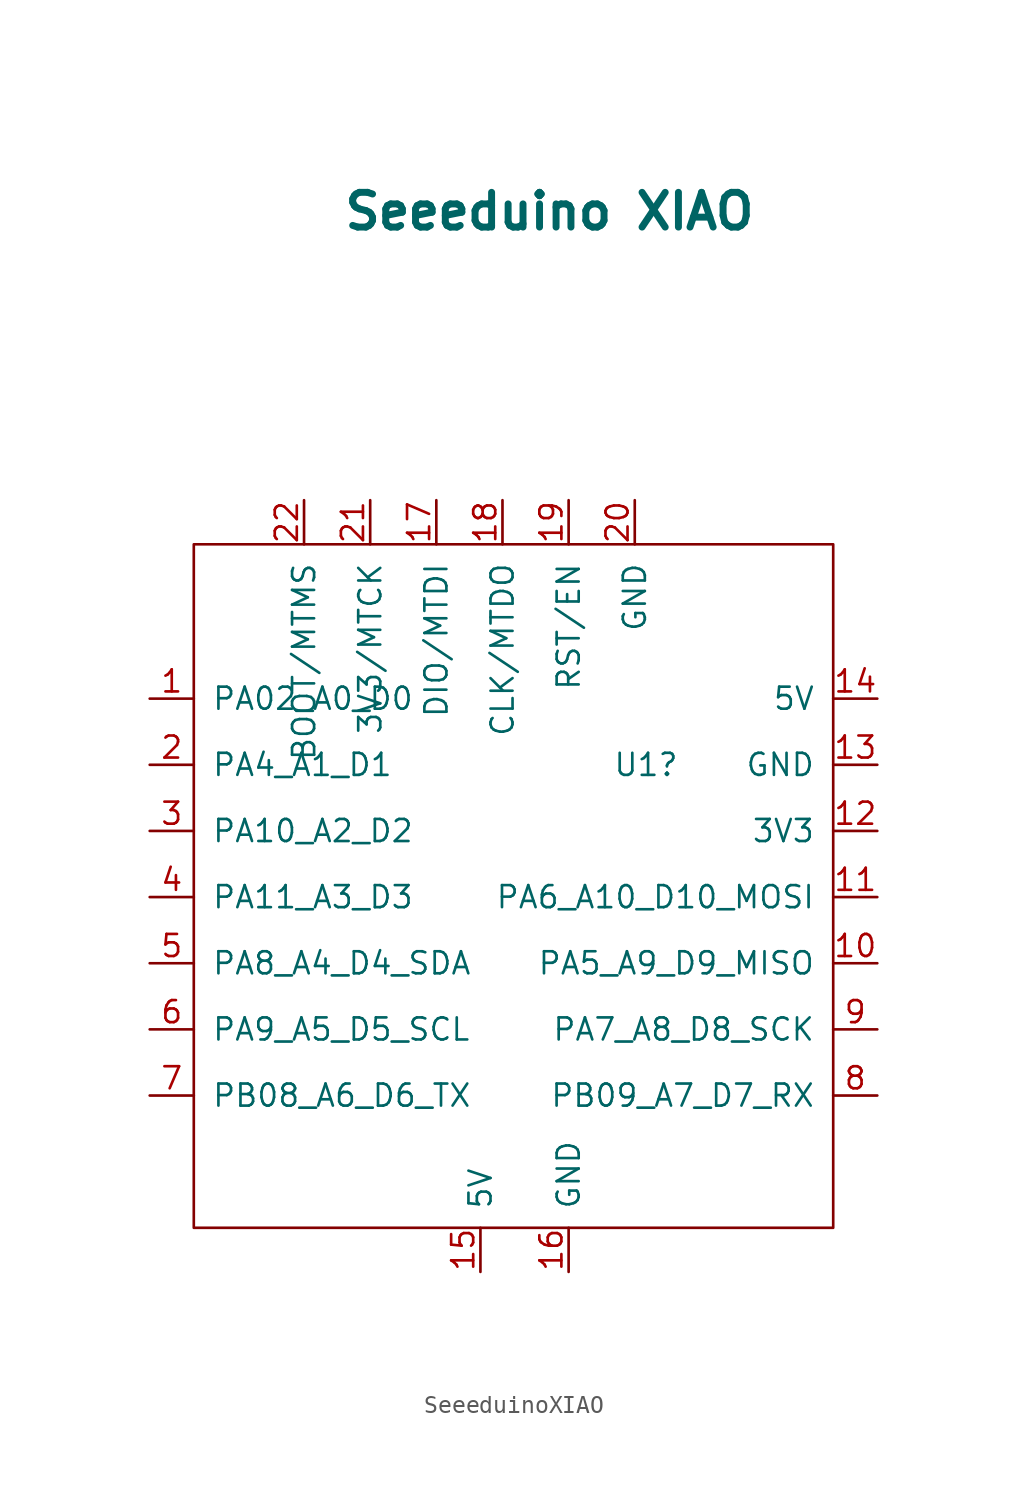
<source format=kicad_sym>
(kicad_symbol_lib
  (version 20241209)
  (generator "kicad_symbol_editor")
  (generator_version "9.0")
  (symbol "SeeeduinoXIAO"
    (pin_names
      (offset 1.016))
    (property "Reference" "U1"
      (at 5.08 7.62 0)
      (effects (font (size 1.27 1.27)) (justify left)))
    (property "Value" "Seeeduino XIAO"
      (at -10.541 39.497 0)
      (effects (font (size 2 2) (bold yes)) (justify left)))
    (symbol "SeeeduinoXIAO_0_1"
      (rectangle (start -19.05 20.32) (end 17.78 -19.05) (stroke (width 0) (type default)) (fill (type none))))
    (symbol "SeeeduinoXIAO_1_1"
      (pin bidirectional line (at -21.59 11.43 0) (length 2.54) (name "PA02_A0_D0" (effects (font (size 1.27 1.27)))) (number "1" (effects (font (size 1.27 1.27)))))
      (pin bidirectional line (at -21.59 7.62 0) (length 2.54) (name "PA4_A1_D1" (effects (font (size 1.27 1.27)))) (number "2" (effects (font (size 1.27 1.27)))))
      (pin bidirectional line (at -21.59 3.81 0) (length 2.54) (name "PA10_A2_D2" (effects (font (size 1.27 1.27)))) (number "3" (effects (font (size 1.27 1.27)))))
      (pin bidirectional line (at -21.59 0 0) (length 2.54) (name "PA11_A3_D3" (effects (font (size 1.27 1.27)))) (number "4" (effects (font (size 1.27 1.27)))))
      (pin bidirectional line (at -21.59 -3.81 0) (length 2.54) (name "PA8_A4_D4_SDA" (effects (font (size 1.27 1.27)))) (number "5" (effects (font (size 1.27 1.27)))))
      (pin bidirectional line (at -21.59 -7.62 0) (length 2.54) (name "PA9_A5_D5_SCL" (effects (font (size 1.27 1.27)))) (number "6" (effects (font (size 1.27 1.27)))))
      (pin bidirectional line (at -21.59 -11.43 0) (length 2.54) (name "PB08_A6_D6_TX" (effects (font (size 1.27 1.27)))) (number "7" (effects (font (size 1.27 1.27)))))
      (pin input line (at -12.7 22.86 270) (length 2.54) (name "BOOT/MTMS" (effects (font (size 1.27 1.27)))) (number "22" (effects (font (size 1.27 1.27)))))
      (pin input line (at -8.89 22.86 270) (length 2.54) (name "3V3/MTCK" (effects (font (size 1.27 1.27)))) (number "21" (effects (font (size 1.27 1.27)))))
      (pin input line (at -5.08 22.86 270) (length 2.54) (name "DIO/MTDI" (effects (font (size 1.27 1.27)))) (number "17" (effects (font (size 1.27 1.27)))))
      (pin input line (at -2.54 -21.59 90) (length 2.54) (name "5V" (effects (font (size 1.27 1.27)))) (number "15" (effects (font (size 1.27 1.27)))))
      (pin input line (at -1.27 22.86 270) (length 2.54) (name "CLK/MTDO" (effects (font (size 1.27 1.27)))) (number "18" (effects (font (size 1.27 1.27)))))
      (pin input line (at 2.54 22.86 270) (length 2.54) (name "RST/EN" (effects (font (size 1.27 1.27)))) (number "19" (effects (font (size 1.27 1.27)))))
      (pin input line (at 2.54 -21.59 90) (length 2.54) (name "GND" (effects (font (size 1.27 1.27)))) (number "16" (effects (font (size 1.27 1.27)))))
      (pin input line (at 6.35 22.86 270) (length 2.54) (name "GND" (effects (font (size 1.27 1.27)))) (number "20" (effects (font (size 1.27 1.27)))))
      (pin power_in line (at 20.32 11.43 180) (length 2.54) (name "5V" (effects (font (size 1.27 1.27)))) (number "14" (effects (font (size 1.27 1.27)))))
      (pin power_in line (at 20.32 7.62 180) (length 2.54) (name "GND" (effects (font (size 1.27 1.27)))) (number "13" (effects (font (size 1.27 1.27)))))
      (pin power_out line (at 20.32 3.81 180) (length 2.54) (name "3V3" (effects (font (size 1.27 1.27)))) (number "12" (effects (font (size 1.27 1.27)))))
      (pin bidirectional line (at 20.32 0 180) (length 2.54) (name "PA6_A10_D10_MOSI" (effects (font (size 1.27 1.27)))) (number "11" (effects (font (size 1.27 1.27)))))
      (pin bidirectional line (at 20.32 -3.81 180) (length 2.54) (name "PA5_A9_D9_MISO" (effects (font (size 1.27 1.27)))) (number "10" (effects (font (size 1.27 1.27)))))
      (pin bidirectional line (at 20.32 -7.62 180) (length 2.54) (name "PA7_A8_D8_SCK" (effects (font (size 1.27 1.27)))) (number "9" (effects (font (size 1.27 1.27)))))
      (pin bidirectional line (at 20.32 -11.43 180) (length 2.54) (name "PB09_A7_D7_RX" (effects (font (size 1.27 1.27)))) (number "8" (effects (font (size 1.27 1.27))))))))
</source>
